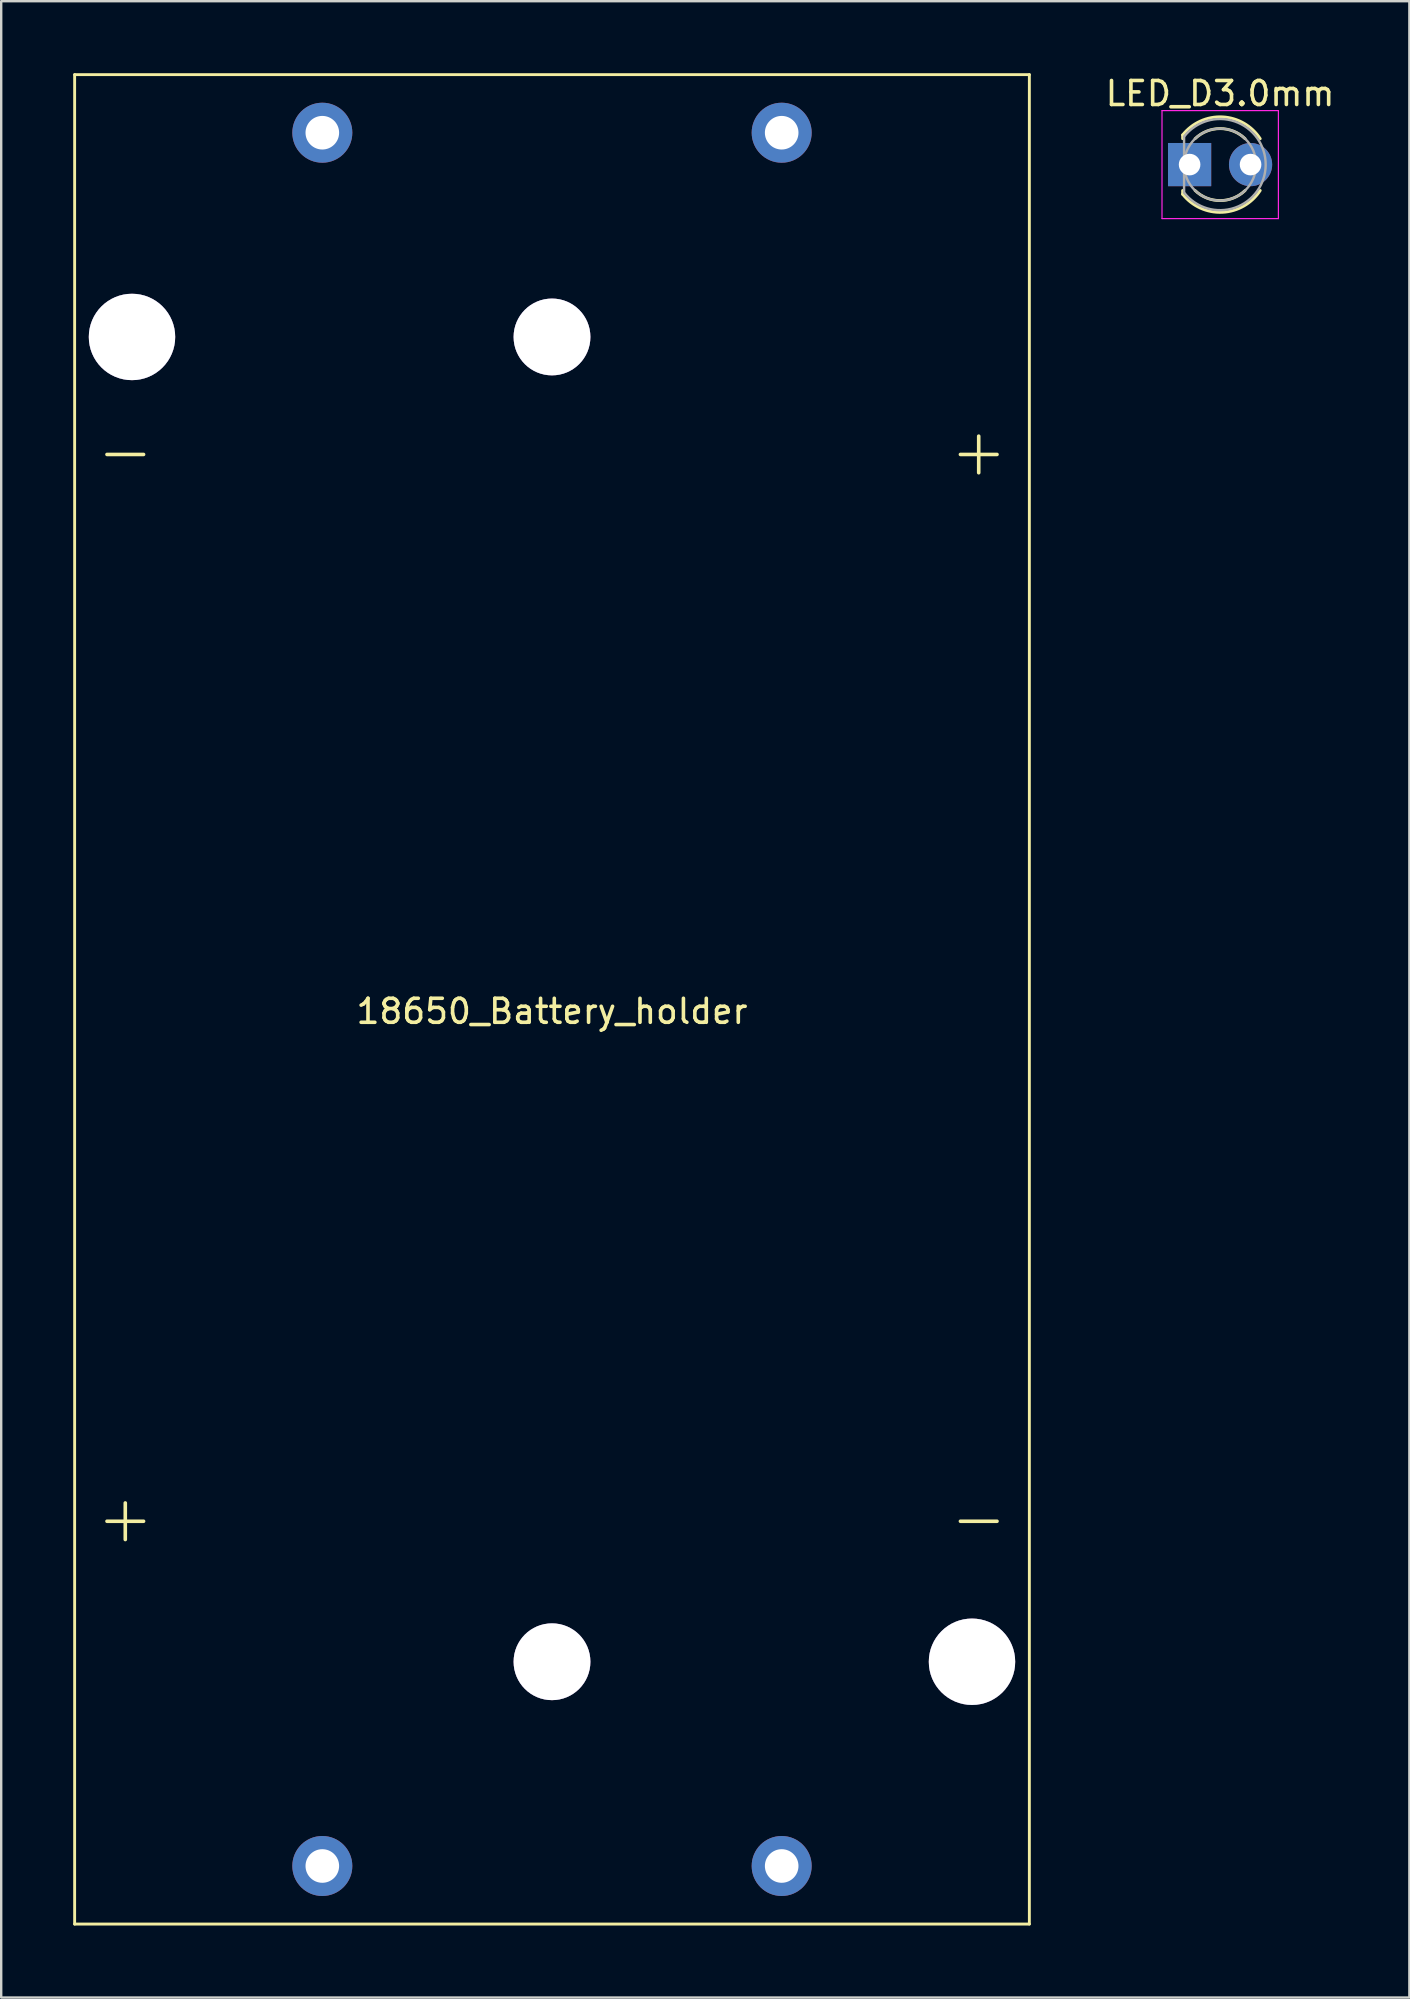
<source format=kicad_pcb>
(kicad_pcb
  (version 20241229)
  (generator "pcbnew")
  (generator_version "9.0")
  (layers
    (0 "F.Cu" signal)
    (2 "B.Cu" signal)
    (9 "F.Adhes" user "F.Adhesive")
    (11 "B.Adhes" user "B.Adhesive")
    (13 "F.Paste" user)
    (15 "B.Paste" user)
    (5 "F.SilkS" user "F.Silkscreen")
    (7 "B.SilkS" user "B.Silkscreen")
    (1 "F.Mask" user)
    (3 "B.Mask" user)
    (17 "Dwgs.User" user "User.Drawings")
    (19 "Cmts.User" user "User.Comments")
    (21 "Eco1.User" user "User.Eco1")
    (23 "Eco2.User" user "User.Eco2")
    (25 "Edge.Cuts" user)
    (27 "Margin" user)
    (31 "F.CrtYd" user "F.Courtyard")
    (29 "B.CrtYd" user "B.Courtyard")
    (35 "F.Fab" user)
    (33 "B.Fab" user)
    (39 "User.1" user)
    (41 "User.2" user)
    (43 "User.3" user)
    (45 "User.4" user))
  (footprint "LED_D3.0mm"
    (layer "F.Cu")
    (at 47.787 3.808)
    (property "Reference" "LED_D3.0mm" (at 0 -2.96 0) (layer "F.SilkS") (effects (font (size 1 1) (thickness 0.15))))
    (attr through_hole)
    (fp_line (start -1.56 -1.236) (end -1.56 -1.08) (stroke (width 0.12) (type solid)) (layer "F.SilkS"))
    (fp_line (start -1.56 1.08) (end -1.56 1.236) (stroke (width 0.12) (type solid)) (layer "F.SilkS"))
    (fp_arc (start -1.56 -1.235516) (mid 0.096487 -1.987659) (end 1.672335 -1.078608) (stroke (width 0.12) (type solid)) (layer "F.SilkS"))
    (fp_arc (start -1.040961 -1.08) (mid 0.000117 -1.5) (end 1.04113 -1.079837) (stroke (width 0.12) (type solid)) (layer "F.SilkS"))
    (fp_arc (start 1.04113 1.079837) (mid 0.000117 1.5) (end -1.040961 1.08) (stroke (width 0.12) (type solid)) (layer "F.SilkS"))
    (fp_arc (start 1.672335 1.078608) (mid 0.096487 1.987659) (end -1.56 1.235516) (stroke (width 0.12) (type solid)) (layer "F.SilkS"))
    (fp_line (start -2.42 -2.25) (end -2.42 2.25) (stroke (width 0.05) (type solid)) (layer "F.CrtYd"))
    (fp_line (start -2.42 2.25) (end 2.43 2.25) (stroke (width 0.05) (type solid)) (layer "F.CrtYd"))
    (fp_line (start 2.43 -2.25) (end -2.42 -2.25) (stroke (width 0.05) (type solid)) (layer "F.CrtYd"))
    (fp_line (start 2.43 2.25) (end 2.43 -2.25) (stroke (width 0.05) (type solid)) (layer "F.CrtYd"))
    (fp_line (start -1.5 -1.166) (end -1.5 1.166) (stroke (width 0.1) (type solid)) (layer "F.Fab"))
    (fp_arc (start -1.5 -1.16619) (mid 1.9 0.000452) (end -1.500555 1.165476) (stroke (width 0.1) (type solid)) (layer "F.Fab"))
    (fp_circle (center 0 0) (end 1.5 0) (stroke (width 0.1) (type solid)) (fill no) (layer "F.Fab"))
    (pad "1" thru_hole rect (at -1.27 0) (size 1.8 1.8) (drill 0.9) (layers "*.Cu" "*.Mask"))
    (pad "2" thru_hole circle (at 1.27 0) (size 1.8 1.8) (drill 0.9) (layers "*.Cu" "*.Mask")))
  (footprint "18650_Battery_holder"
    (layer "F.Cu")
    (at 19.95 38.59)
    (property "Reference" "18650_Battery_holder" (at 0 0.5 0) (layer "F.SilkS") (effects (font (size 1 1) (thickness 0.15))))
    (attr through_hole)
    (fp_line (start -19.89 -38.53) (end -19.89 38.53) (stroke (width 0.12) (type solid)) (layer "F.SilkS"))
    (fp_line (start -19.89 -38.53) (end 19.89 -38.53) (stroke (width 0.12) (type solid)) (layer "F.SilkS"))
    (fp_line (start 19.89 -38.53) (end 19.89 38.53) (stroke (width 0.12) (type solid)) (layer "F.SilkS"))
    (fp_line (start 19.89 38.53) (end -19.89 38.53) (stroke (width 0.12) (type solid)) (layer "F.SilkS"))
    (fp_text user "-" (at 17.78 21.59 0) (layer "F.SilkS") (effects (font (size 2 2) (thickness 0.15))))
    (fp_text user "+" (at 17.78 -22.86 0) (layer "F.SilkS") (effects (font (size 2 2) (thickness 0.15))))
    (fp_text user "-" (at -17.78 -22.86 0) (layer "F.SilkS") (effects (font (size 2 2) (thickness 0.15))))
    (fp_text user "+" (at -17.78 21.59 0) (layer "F.SilkS") (effects (font (size 2 2) (thickness 0.15))))
    (pad "" thru_hole circle (at -17.5 -27.6) (size 3.6 3.6) (drill 3.6) (layers "*.Cu" "*.Mask"))
    (pad "" thru_hole circle (at 0 -27.6) (size 3.2 3.2) (drill 3.2) (layers "*.Cu" "*.Mask"))
    (pad "" thru_hole circle (at 0 27.6) (size 3.2 3.2) (drill 3.2) (layers "*.Cu" "*.Mask"))
    (pad "" thru_hole circle (at 17.5 27.6) (size 3.6 3.6) (drill 3.6) (layers "*.Cu" "*.Mask"))
    (pad "1" thru_hole circle (at 9.57 -36.11) (size 2.5 2.5) (drill 1.4) (layers "*.Cu" "*.Mask"))
    (pad "2" thru_hole circle (at 9.57 36.11) (size 2.5 2.5) (drill 1.4) (layers "*.Cu" "*.Mask"))
    (pad "3" thru_hole circle (at -9.57 36.11) (size 2.5 2.5) (drill 1.4) (layers "*.Cu" "*.Mask"))
    (pad "4" thru_hole circle (at -9.57 -36.11) (size 2.5 2.5) (drill 1.4) (layers "*.Cu" "*.Mask" "Eco2.User")))
  (gr_rect
    (start -3 -3)
    (end 55.674 80.18)
    (stroke (width 0.1) (type default))
    (fill no)
    (layer "Edge.Cuts")))
</source>
